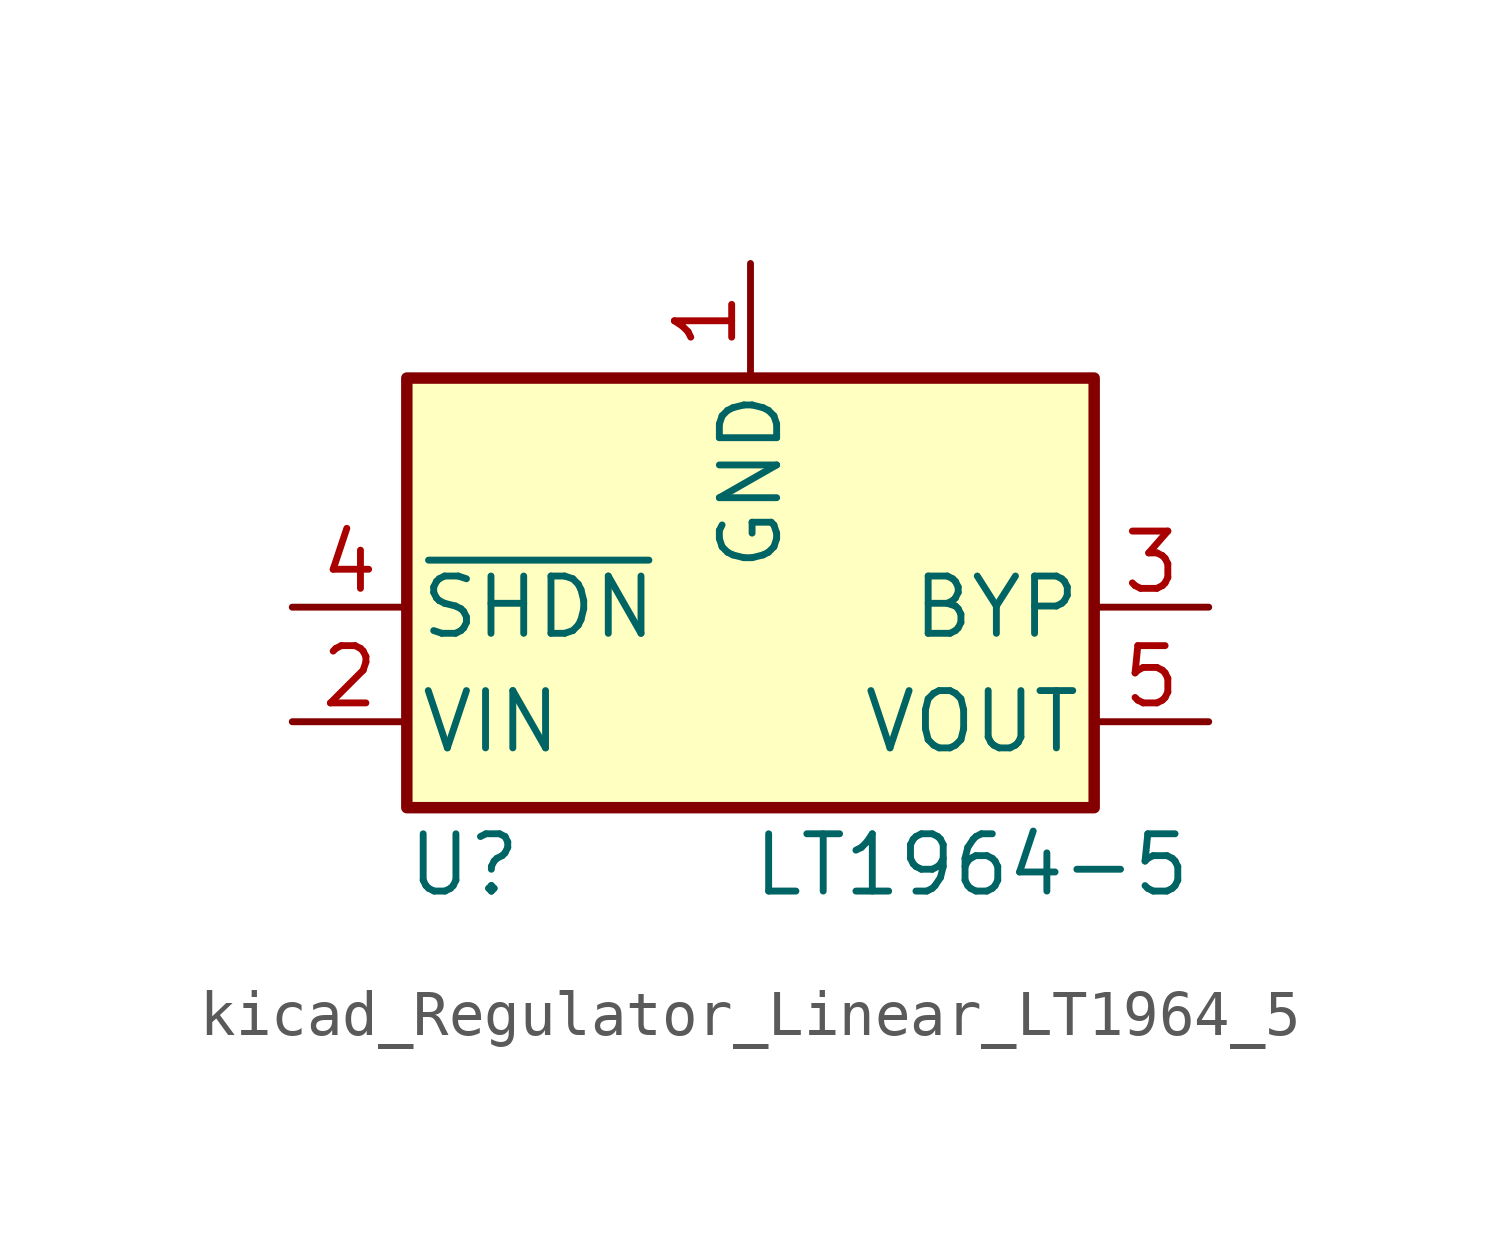
<source format=kicad_sym>
(kicad_symbol_lib
  (version 20220914)
  (generator kicad_symbol_editor)
  (symbol "kicad_Regulator_Linear_LT1964_5"
    (pin_names
      (offset 0.254))
    (property "Reference" "U"
      (at -6.35 -5.715 0)
      (effects (font (size 1.27 1.27))))
    (property "Value" "LT1964-5"
      (at 0 -5.715 0)
      (effects (font (size 1.27 1.27)) (justify left)))
    (symbol "kicad_Regulator_Linear_LT1964_5_0_1"
      (rectangle (start -7.62 5.08) (end 7.62 -4.445) (stroke (width 0.254) (type default)) (fill (type background))))
    (symbol "kicad_Regulator_Linear_LT1964_5_1_1"
      (pin power_in line (at 0 7.62 270) (length 2.54) (name "GND" (effects (font (size 1.27 1.27)))) (number "1" (effects (font (size 1.27 1.27)))))
      (pin power_in line (at -10.16 -2.54 0) (length 2.54) (name "VIN" (effects (font (size 1.27 1.27)))) (number "2" (effects (font (size 1.27 1.27)))))
      (pin passive line (at 10.16 0 180) (length 2.54) (name "BYP" (effects (font (size 1.27 1.27)))) (number "3" (effects (font (size 1.27 1.27)))))
      (pin input line (at -10.16 0 0) (length 2.54) (name "~{SHDN}" (effects (font (size 1.27 1.27)))) (number "4" (effects (font (size 1.27 1.27)))))
      (pin power_out line (at 10.16 -2.54 180) (length 2.54) (name "VOUT" (effects (font (size 1.27 1.27)))) (number "5" (effects (font (size 1.27 1.27))))))))
</source>
